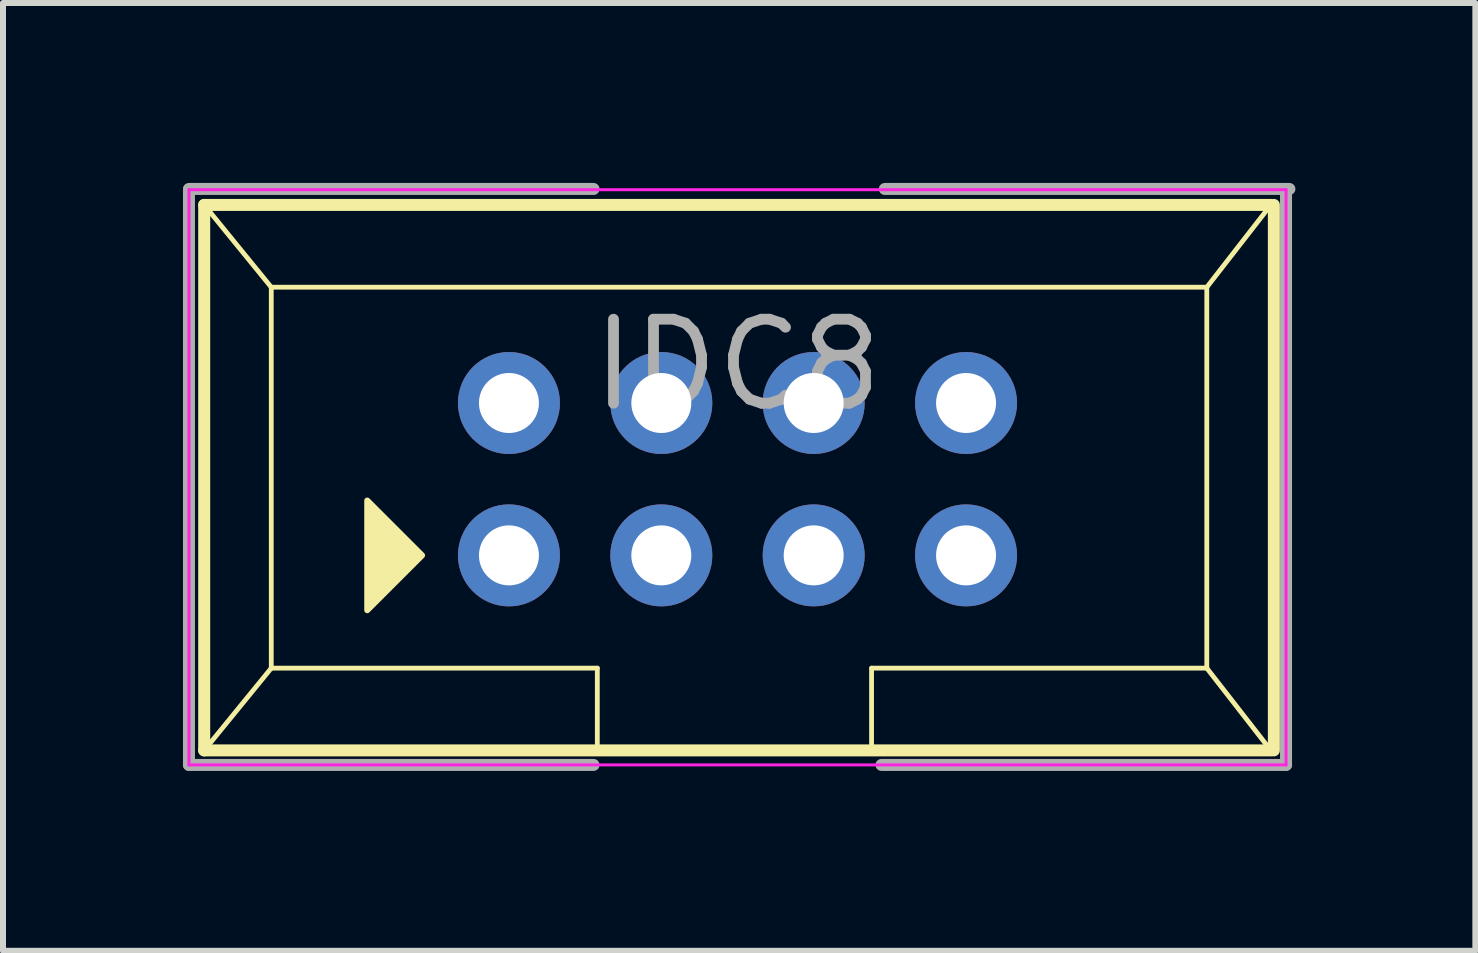
<source format=kicad_pcb>
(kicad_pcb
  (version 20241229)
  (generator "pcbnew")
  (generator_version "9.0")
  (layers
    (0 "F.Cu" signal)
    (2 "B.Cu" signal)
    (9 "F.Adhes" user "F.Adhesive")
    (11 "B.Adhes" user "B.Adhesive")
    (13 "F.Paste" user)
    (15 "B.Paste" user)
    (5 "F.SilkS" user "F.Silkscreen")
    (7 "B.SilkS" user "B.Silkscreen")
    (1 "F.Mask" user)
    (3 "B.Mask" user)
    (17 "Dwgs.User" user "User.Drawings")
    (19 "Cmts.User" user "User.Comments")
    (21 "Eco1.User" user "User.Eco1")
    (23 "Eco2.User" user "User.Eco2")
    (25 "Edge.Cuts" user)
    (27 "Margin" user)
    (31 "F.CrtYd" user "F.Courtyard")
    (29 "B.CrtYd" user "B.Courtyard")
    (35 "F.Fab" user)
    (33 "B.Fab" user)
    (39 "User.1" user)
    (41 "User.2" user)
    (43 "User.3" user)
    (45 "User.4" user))
  (footprint "IDC8"
    (layer "F.Cu")
    (at 9.244 4.938)
    (property "Reference" "IDC8" (at 0 -1.905 0) (layer "F.Fab") (effects (font (size 1.4 1.4) (thickness 0.18))))
    (attr through_hole)
    (fp_line (start -8.89 -4.572) (end -7.772 -3.2) (stroke (width 0.08) (type solid)) (layer "F.SilkS"))
    (fp_line (start -8.89 -4.572) (end 8.89 -4.572) (stroke (width 0.2) (type solid)) (layer "F.SilkS"))
    (fp_line (start -8.89 4.521) (end -8.89 -4.572) (stroke (width 0.2) (type solid)) (layer "F.SilkS"))
    (fp_line (start -8.89 4.521) (end -7.772 3.15) (stroke (width 0.08) (type solid)) (layer "F.SilkS"))
    (fp_line (start -7.772 -3.2) (end -7.772 3.15) (stroke (width 0.08) (type solid)) (layer "F.SilkS"))
    (fp_line (start -7.772 -3.2) (end 7.823 -3.2) (stroke (width 0.08) (type solid)) (layer "F.SilkS"))
    (fp_line (start -7.772 3.15) (end -2.337 3.15) (stroke (width 0.08) (type solid)) (layer "F.SilkS"))
    (fp_line (start -2.337 3.15) (end -2.337 4.521) (stroke (width 0.08) (type solid)) (layer "F.SilkS"))
    (fp_line (start 2.235 3.15) (end 2.235 4.521) (stroke (width 0.08) (type solid)) (layer "F.SilkS"))
    (fp_line (start 7.823 -3.2) (end 7.823 3.15) (stroke (width 0.08) (type solid)) (layer "F.SilkS"))
    (fp_line (start 7.823 3.15) (end 2.235 3.15) (stroke (width 0.08) (type solid)) (layer "F.SilkS"))
    (fp_line (start 8.89 -4.572) (end 7.823 -3.2) (stroke (width 0.08) (type solid)) (layer "F.SilkS"))
    (fp_line (start 8.89 4.521) (end -8.89 4.521) (stroke (width 0.2) (type solid)) (layer "F.SilkS"))
    (fp_line (start 8.89 4.521) (end 7.823 3.15) (stroke (width 0.08) (type solid)) (layer "F.SilkS"))
    (fp_line (start 8.941 4.521) (end 8.941 -4.572) (stroke (width 0.2) (type solid)) (layer "F.SilkS"))
    (fp_poly (pts (xy -5.258 1.27) (xy -6.172 2.184) (xy -6.172 0.356)) (stroke (width 0.1) (type solid)) (fill yes) (layer "F.SilkS"))
    (fp_line (start -9.144 -4.826) (end 9.144 -4.826) (stroke (width 0.05) (type solid)) (layer "F.CrtYd"))
    (fp_line (start -9.144 4.763) (end -9.144 -4.826) (stroke (width 0.05) (type solid)) (layer "F.CrtYd"))
    (fp_line (start 9.144 -4.826) (end 9.144 4.763) (stroke (width 0.05) (type solid)) (layer "F.CrtYd"))
    (fp_line (start 9.144 4.763) (end -9.144 4.763) (stroke (width 0.05) (type solid)) (layer "F.CrtYd"))
    (fp_line (start -9.144 -4.838) (end -2.4 -4.838) (stroke (width 0.2) (type solid)) (layer "F.Fab"))
    (fp_line (start -9.144 -4.826) (end -9.144 4.699) (stroke (width 0.2) (type solid)) (layer "F.Fab"))
    (fp_line (start -9.144 4.699) (end -9.144 4.763) (stroke (width 0.2) (type solid)) (layer "F.Fab"))
    (fp_line (start -9.144 4.763) (end -2.4 4.763) (stroke (width 0.2) (type solid)) (layer "F.Fab"))
    (fp_line (start 2.4 4.763) (end 9.144 4.763) (stroke (width 0.2) (type solid)) (layer "F.Fab"))
    (fp_line (start 2.456 -4.838) (end 9.2 -4.838) (stroke (width 0.2) (type solid)) (layer "F.Fab"))
    (fp_line (start 9.144 -4.763) (end 9.144 -4.826) (stroke (width 0.2) (type solid)) (layer "F.Fab"))
    (fp_line (start 9.144 4.763) (end 9.144 -4.763) (stroke (width 0.2) (type solid)) (layer "F.Fab"))
    (pad "1" thru_hole circle (at -3.81 1.27) (size 1.7 1.7) (drill 1) (layers "*.Cu" "*.Mask"))
    (pad "2" thru_hole circle (at -3.81 -1.27) (size 1.7 1.7) (drill 1) (layers "*.Cu" "*.Mask"))
    (pad "3" thru_hole circle (at -1.27 1.27) (size 1.7 1.7) (drill 1) (layers "*.Cu" "*.Mask"))
    (pad "4" thru_hole circle (at -1.27 -1.27) (size 1.7 1.7) (drill 1) (layers "*.Cu" "*.Mask"))
    (pad "5" thru_hole circle (at 1.27 1.27) (size 1.7 1.7) (drill 1) (layers "*.Cu" "*.Mask"))
    (pad "6" thru_hole circle (at 1.27 -1.27) (size 1.7 1.7) (drill 1) (layers "*.Cu" "*.Mask"))
    (pad "7" thru_hole circle (at 3.81 1.27) (size 1.7 1.7) (drill 1) (layers "*.Cu" "*.Mask"))
    (pad "8" thru_hole circle (at 3.81 -1.27) (size 1.7 1.7) (drill 1) (layers "*.Cu" "*.Mask")))
  (gr_rect
    (start -3 -3)
    (end 21.544 12.8)
    (stroke (width 0.1) (type default))
    (fill no)
    (layer "Edge.Cuts")))
</source>
